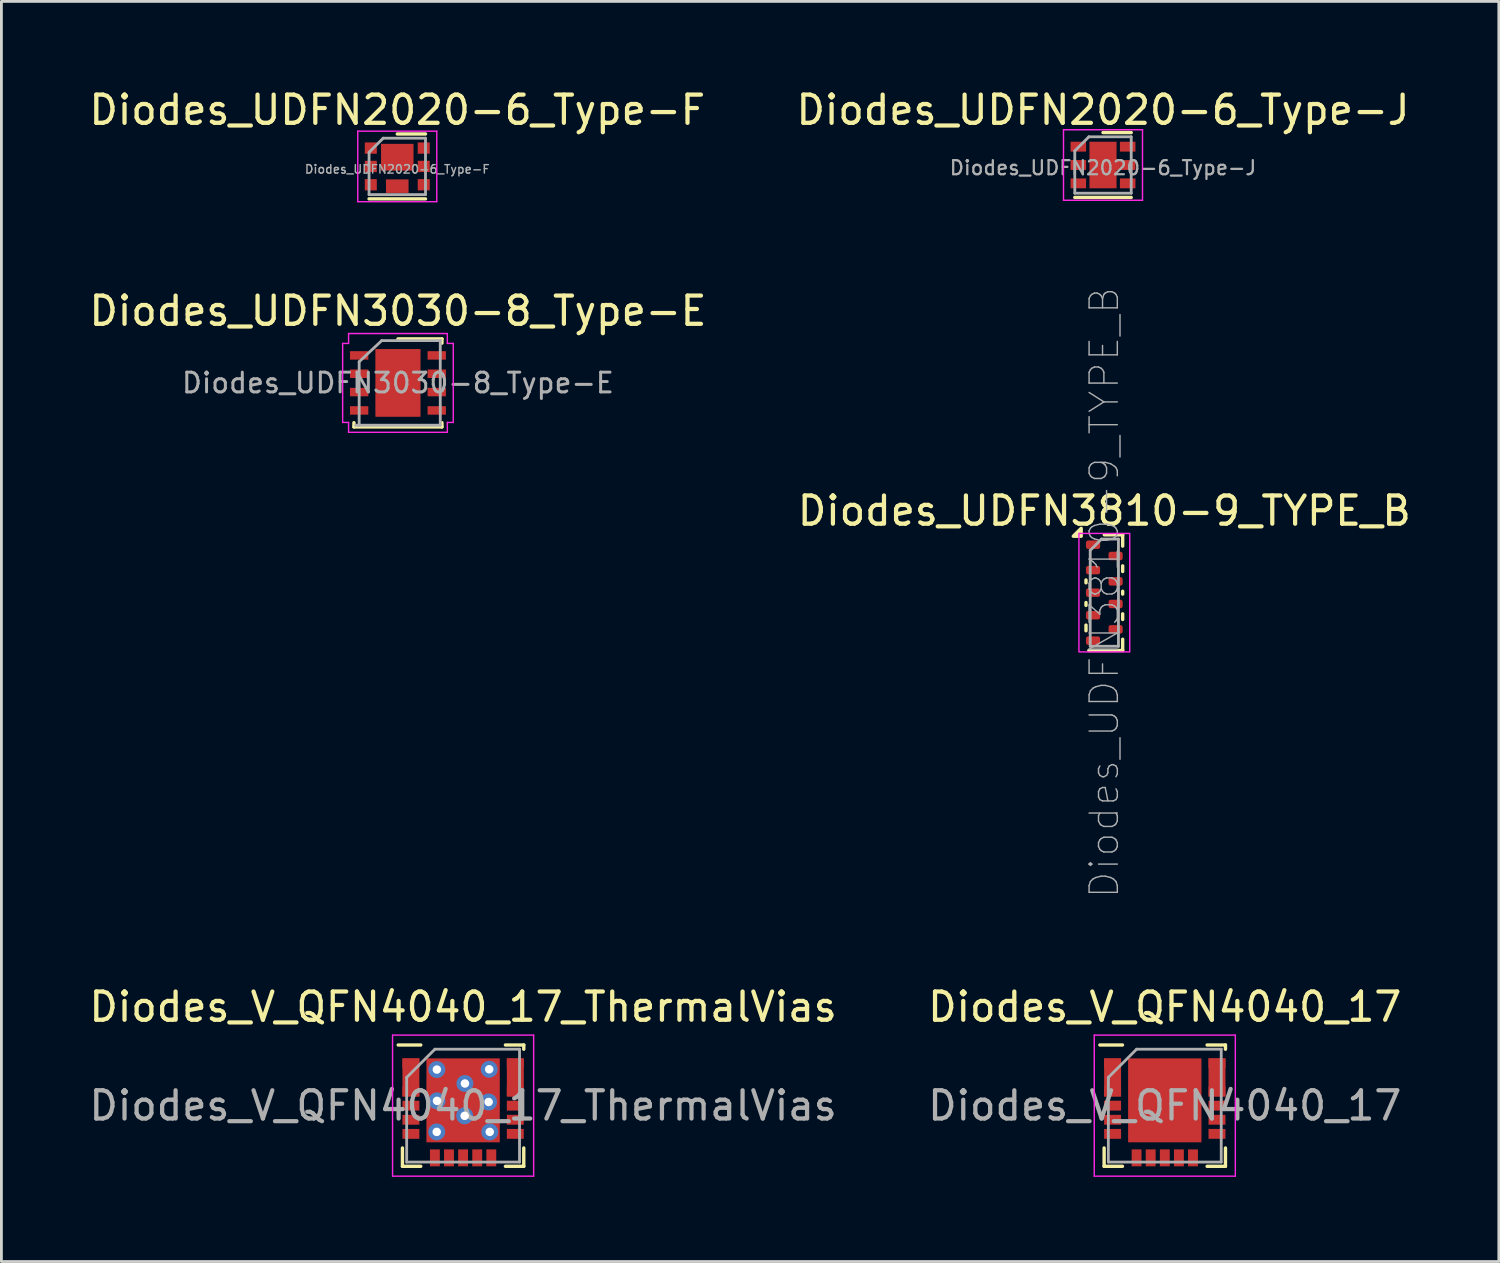
<source format=kicad_pcb>
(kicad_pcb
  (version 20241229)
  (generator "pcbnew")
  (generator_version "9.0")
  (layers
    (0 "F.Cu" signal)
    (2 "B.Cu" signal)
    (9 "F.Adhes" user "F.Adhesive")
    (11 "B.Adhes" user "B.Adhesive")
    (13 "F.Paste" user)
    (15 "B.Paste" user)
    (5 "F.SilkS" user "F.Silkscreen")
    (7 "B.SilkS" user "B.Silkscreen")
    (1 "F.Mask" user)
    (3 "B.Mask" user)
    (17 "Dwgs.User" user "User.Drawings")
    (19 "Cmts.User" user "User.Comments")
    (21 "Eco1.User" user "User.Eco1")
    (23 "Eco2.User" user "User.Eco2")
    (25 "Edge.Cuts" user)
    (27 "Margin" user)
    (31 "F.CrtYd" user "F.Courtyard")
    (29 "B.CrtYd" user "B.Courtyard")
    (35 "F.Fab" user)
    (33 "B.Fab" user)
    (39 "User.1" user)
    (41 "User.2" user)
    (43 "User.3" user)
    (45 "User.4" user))
  (footprint "Diodes_UDFN2020-6_Type-F"
    (layer "F.Cu")
    (at 11.03 2.848)
    (property "Reference" "Diodes_UDFN2020-6_Type-F" (at 0 -2 0) (layer "F.SilkS") (effects (font (size 1 1) (thickness 0.15))))
    (attr smd)
    (fp_line (start 1 -1.15) (end 0 -1.15) (stroke (width 0.12) (type solid)) (layer "F.SilkS"))
    (fp_line (start 1 1.15) (end -1 1.15) (stroke (width 0.12) (type solid)) (layer "F.SilkS"))
    (fp_line (start -1.4 -1.25) (end -1.4 1.25) (stroke (width 0.05) (type solid)) (layer "F.CrtYd"))
    (fp_line (start -1.4 1.25) (end 1.4 1.25) (stroke (width 0.05) (type solid)) (layer "F.CrtYd"))
    (fp_line (start 1.4 -1.25) (end -1.4 -1.25) (stroke (width 0.05) (type solid)) (layer "F.CrtYd"))
    (fp_line (start 1.4 1.25) (end 1.4 -1.25) (stroke (width 0.05) (type solid)) (layer "F.CrtYd"))
    (fp_line (start -1 1) (end -1 -0.5) (stroke (width 0.1) (type solid)) (layer "F.Fab"))
    (fp_line (start -0.5 -1) (end -1 -0.5) (stroke (width 0.1) (type solid)) (layer "F.Fab"))
    (fp_line (start -0.5 -1) (end 1 -1) (stroke (width 0.1) (type solid)) (layer "F.Fab"))
    (fp_line (start 1 -1) (end 1 1) (stroke (width 0.1) (type solid)) (layer "F.Fab"))
    (fp_line (start 1 1) (end -1 1) (stroke (width 0.1) (type solid)) (layer "F.Fab"))
    (fp_text user "${REFERENCE}" (at 0 0.1 0) (layer "F.Fab") (effects (font (size 0.3 0.3) (thickness 0.05))))
    (pad "1" smd rect (at -0.938 -0.65) (size 0.425 0.4) (layers "F.Cu" "F.Mask" "F.Paste"))
    (pad "2" smd rect (at -0.938 0) (size 0.425 0.4) (layers "F.Cu" "F.Mask" "F.Paste"))
    (pad "3" smd rect (at -0.938 0.65) (size 0.425 0.4) (layers "F.Cu" "F.Mask" "F.Paste"))
    (pad "4" smd rect (at 0.938 0.65) (size 0.425 0.4) (layers "F.Cu" "F.Mask" "F.Paste"))
    (pad "5" smd rect (at 0.938 0) (size 0.425 0.4) (layers "F.Cu" "F.Mask" "F.Paste"))
    (pad "6" smd rect (at 0.938 -0.65) (size 0.425 0.4) (layers "F.Cu" "F.Mask" "F.Paste"))
    (pad "7" smd rect (at 0 -0.325) (size 1.15 0.95) (layers "F.Cu" "F.Mask" "F.Paste"))
    (pad "8" smd rect (at 0 0.7) (size 0.8 0.48) (layers "F.Cu" "F.Mask" "F.Paste")))
  (footprint "Diodes_UDFN3810-9_TYPE_B"
    (layer "F.Cu")
    (at 36.089 17.955)
    (property "Reference" "Diodes_UDFN3810-9_TYPE_B" (at 0 -2.9 0) (layer "F.SilkS") (effects (font (size 1 1) (thickness 0.15))))
    (attr smd)
    (fp_line (start -0.65 -0.45) (end -0.65 -0.35) (stroke (width 0.12) (type solid)) (layer "F.SilkS"))
    (fp_line (start -0.65 0.35) (end -0.65 0.45) (stroke (width 0.12) (type solid)) (layer "F.SilkS"))
    (fp_line (start -0.65 1.15) (end -0.65 1.35) (stroke (width 0.12) (type solid)) (layer "F.SilkS"))
    (fp_line (start 0.65 -2.05) (end 0 -2.05) (stroke (width 0.12) (type solid)) (layer "F.SilkS"))
    (fp_line (start 0.65 -1.65) (end 0.65 -2.05) (stroke (width 0.12) (type solid)) (layer "F.SilkS"))
    (fp_line (start 0.65 -0.95) (end 0.65 -0.75) (stroke (width 0.12) (type solid)) (layer "F.SilkS"))
    (fp_line (start 0.65 -0.05) (end 0.65 0.05) (stroke (width 0.12) (type solid)) (layer "F.SilkS"))
    (fp_line (start 0.65 0.75) (end 0.65 0.95) (stroke (width 0.12) (type solid)) (layer "F.SilkS"))
    (fp_line (start 0.65 1.65) (end 0.65 2.05) (stroke (width 0.12) (type solid)) (layer "F.SilkS"))
    (fp_line (start 0.65 2.05) (end -0.55 2.05) (stroke (width 0.12) (type solid)) (layer "F.SilkS"))
    (fp_poly (pts (xy -0.82 -2) (xy -1.1 -2) (xy -0.82 -2.28) (xy -0.82 -2)) (stroke (width 0.12) (type solid)) (fill yes) (layer "F.SilkS"))
    (fp_rect (start -0.9 -2.1) (end 0.9 2.1) (stroke (width 0.05) (type default)) (fill no) (layer "F.CrtYd"))
    (fp_line (start -0.5 -1.5) (end -0.5 1.9) (stroke (width 0.1) (type solid)) (layer "F.Fab"))
    (fp_line (start -0.5 1.9) (end 0.5 1.9) (stroke (width 0.1) (type solid)) (layer "F.Fab"))
    (fp_line (start -0.1 -1.9) (end -0.5 -1.5) (stroke (width 0.1) (type solid)) (layer "F.Fab"))
    (fp_line (start 0.5 -1.9) (end -0.1 -1.9) (stroke (width 0.1) (type solid)) (layer "F.Fab"))
    (fp_line (start 0.5 1.9) (end 0.5 -1.9) (stroke (width 0.1) (type solid)) (layer "F.Fab"))
    (fp_text user "${REFERENCE}" (at 0 0 90) (layer "F.Fab") (effects (font (size 1 1) (thickness 0.05))))
    (pad "1" smd roundrect (at -0.4 -1.7) (size 0.5 0.3) (layers "F.Cu" "F.Mask" "F.Paste") (roundrect_rratio 0.25))
    (pad "2" smd roundrect (at -0.4 -0.8) (size 0.5 0.3) (layers "F.Cu" "F.Mask" "F.Paste") (roundrect_rratio 0.25))
    (pad "3" smd roundrect (at -0.4 0) (size 0.5 0.3) (layers "F.Cu" "F.Mask" "F.Paste") (roundrect_rratio 0.25))
    (pad "4" smd roundrect (at -0.4 0.8) (size 0.5 0.3) (layers "F.Cu" "F.Mask" "F.Paste") (roundrect_rratio 0.25))
    (pad "5" smd roundrect (at -0.4 1.7) (size 0.5 0.3) (layers "F.Cu" "F.Mask" "F.Paste") (roundrect_rratio 0.25))
    (pad "6" smd roundrect (at 0.4 1.3) (size 0.5 0.3) (layers "F.Cu" "F.Mask" "F.Paste") (roundrect_rratio 0.25))
    (pad "7" smd roundrect (at 0.4 0.4) (size 0.5 0.3) (layers "F.Cu" "F.Mask" "F.Paste") (roundrect_rratio 0.25))
    (pad "8" smd roundrect (at 0.4 -0.4) (size 0.5 0.3) (layers "F.Cu" "F.Mask" "F.Paste") (roundrect_rratio 0.25))
    (pad "9" smd roundrect (at 0.4 -1.3) (size 0.5 0.3) (layers "F.Cu" "F.Mask" "F.Paste") (roundrect_rratio 0.25)))
  (footprint "Diodes_V_QFN4040_17_ThermalVias"
    (layer "F.Cu")
    (at 13.363 36.136)
    (property "Reference" "Diodes_V_QFN4040_17_ThermalVias" (at 0 -3.5 0) (layer "F.SilkS") (effects (font (size 1 1) (thickness 0.15))))
    (attr smd)
    (fp_line (start -2.15 2.15) (end -2.15 1.5) (stroke (width 0.12) (type solid)) (layer "F.SilkS"))
    (fp_line (start -1.5 -2.15) (end -2.3 -2.15) (stroke (width 0.12) (type solid)) (layer "F.SilkS"))
    (fp_line (start -1.5 2.15) (end -2.15 2.15) (stroke (width 0.12) (type solid)) (layer "F.SilkS"))
    (fp_line (start 1.5 -2.15) (end 2.15 -2.15) (stroke (width 0.12) (type solid)) (layer "F.SilkS"))
    (fp_line (start 1.5 2.15) (end 2.15 2.15) (stroke (width 0.12) (type solid)) (layer "F.SilkS"))
    (fp_line (start 2.15 -2.15) (end 2.15 -2) (stroke (width 0.12) (type solid)) (layer "F.SilkS"))
    (fp_line (start 2.15 2.15) (end 2.15 1.5) (stroke (width 0.12) (type solid)) (layer "F.SilkS"))
    (fp_line (start -2.5 -2.5) (end 2.5 -2.5) (stroke (width 0.05) (type solid)) (layer "F.CrtYd"))
    (fp_line (start -2.5 2.5) (end -2.5 -2.5) (stroke (width 0.05) (type solid)) (layer "F.CrtYd"))
    (fp_line (start 2.5 -2.5) (end 2.5 2.5) (stroke (width 0.05) (type solid)) (layer "F.CrtYd"))
    (fp_line (start 2.5 2.5) (end -2.5 2.5) (stroke (width 0.05) (type solid)) (layer "F.CrtYd"))
    (fp_line (start -2 -1) (end -2 2) (stroke (width 0.1) (type solid)) (layer "F.Fab"))
    (fp_line (start -2 2) (end 2 2) (stroke (width 0.1) (type solid)) (layer "F.Fab"))
    (fp_line (start -1 -2) (end -2 -1) (stroke (width 0.1) (type solid)) (layer "F.Fab"))
    (fp_line (start 2 -2) (end -1 -2) (stroke (width 0.1) (type solid)) (layer "F.Fab"))
    (fp_line (start 2 2) (end 2 -2) (stroke (width 0.1) (type solid)) (layer "F.Fab"))
    (fp_text user "${REFERENCE}" (at 0 0 0) (layer "F.Fab") (effects (font (size 1 1) (thickness 0.15))))
    (pad "1" smd rect (at -1.85 -1.5 90) (size 0.35 0.6) (layers "F.Cu" "F.Mask" "F.Paste"))
    (pad "2" smd rect (at -1.85 -1 90) (size 1.35 0.6) (layers "F.Cu" "F.Mask" "F.Paste"))
    (pad "3" smd rect (at -1.85 -0.5 90) (size 0.35 0.6) (layers "F.Cu" "F.Mask" "F.Paste"))
    (pad "4" smd rect (at -1.85 0 90) (size 0.35 0.6) (layers "F.Cu" "F.Mask" "F.Paste"))
    (pad "5" smd rect (at -1.85 0.5 90) (size 0.35 0.6) (layers "F.Cu" "F.Mask" "F.Paste"))
    (pad "6" smd rect (at -1.85 1 90) (size 0.35 0.6) (layers "F.Cu" "F.Mask" "F.Paste"))
    (pad "7" smd rect (at -1 1.85) (size 0.35 0.6) (layers "F.Cu" "F.Mask" "F.Paste"))
    (pad "8" smd rect (at -0.5 1.85) (size 0.35 0.6) (layers "F.Cu" "F.Mask" "F.Paste"))
    (pad "9" smd rect (at 0 1.85) (size 0.35 0.6) (layers "F.Cu" "F.Mask" "F.Paste"))
    (pad "10" smd rect (at 0.5 1.85) (size 0.35 0.6) (layers "F.Cu" "F.Mask" "F.Paste"))
    (pad "11" smd rect (at 1 1.85) (size 0.35 0.6) (layers "F.Cu" "F.Mask" "F.Paste"))
    (pad "12" smd rect (at 1.85 1 90) (size 0.35 0.6) (layers "F.Cu" "F.Mask" "F.Paste"))
    (pad "13" smd rect (at 1.85 0.5 90) (size 0.35 0.6) (layers "F.Cu" "F.Mask" "F.Paste"))
    (pad "14" smd rect (at 1.85 0 90) (size 0.35 0.6) (layers "F.Cu" "F.Mask" "F.Paste"))
    (pad "15" smd rect (at 1.85 -0.5 90) (size 0.35 0.6) (layers "F.Cu" "F.Mask" "F.Paste"))
    (pad "16" smd rect (at 1.85 -1 90) (size 1.35 0.6) (layers "F.Cu" "F.Mask" "F.Paste"))
    (pad "17" smd rect (at 1.85 -1.5 90) (size 0.35 0.6) (layers "F.Cu" "F.Mask" "F.Paste"))
    (pad "18" thru_hole circle (at -0.935 0.93 90) (size 0.6 0.6) (drill 0.3) (layers "*.Cu" "*.Mask"))
    (pad "18" thru_hole circle (at -0.93 -1.28 90) (size 0.6 0.6) (drill 0.3) (layers "*.Cu" "*.Mask"))
    (pad "18" thru_hole circle (at -0.925 -0.17 90) (size 0.6 0.6) (drill 0.3) (layers "*.Cu" "*.Mask"))
    (pad "18" smd rect (at 0 -0.188) (size 2.6 2.975) (layers "F.Cu" "F.Mask" "F.Paste"))
    (pad "18" thru_hole circle (at 0.055 0.36 90) (size 0.6 0.6) (drill 0.3) (layers "*.Cu" "*.Mask"))
    (pad "18" thru_hole circle (at 0.065 -0.785 90) (size 0.6 0.6) (drill 0.3) (layers "*.Cu" "*.Mask"))
    (pad "18" thru_hole circle (at 0.905 -0.13 90) (size 0.6 0.6) (drill 0.3) (layers "*.Cu" "*.Mask"))
    (pad "18" thru_hole circle (at 0.925 -1.29 90) (size 0.6 0.6) (drill 0.3) (layers "*.Cu" "*.Mask"))
    (pad "18" thru_hole circle (at 0.945 0.93 90) (size 0.6 0.6) (drill 0.3) (layers "*.Cu" "*.Mask")))
  (footprint "Diodes_V_QFN4040_17"
    (layer "F.Cu")
    (at 38.232 36.136)
    (property "Reference" "Diodes_V_QFN4040_17" (at 0 -3.5 0) (layer "F.SilkS") (effects (font (size 1 1) (thickness 0.15))))
    (attr smd)
    (fp_line (start -2.15 2.15) (end -2.15 1.5) (stroke (width 0.12) (type solid)) (layer "F.SilkS"))
    (fp_line (start -1.5 -2.15) (end -2.3 -2.15) (stroke (width 0.12) (type solid)) (layer "F.SilkS"))
    (fp_line (start -1.5 2.15) (end -2.15 2.15) (stroke (width 0.12) (type solid)) (layer "F.SilkS"))
    (fp_line (start 1.5 -2.15) (end 2.15 -2.15) (stroke (width 0.12) (type solid)) (layer "F.SilkS"))
    (fp_line (start 1.5 2.15) (end 2.15 2.15) (stroke (width 0.12) (type solid)) (layer "F.SilkS"))
    (fp_line (start 2.15 -2.15) (end 2.15 -2) (stroke (width 0.12) (type solid)) (layer "F.SilkS"))
    (fp_line (start 2.15 2.15) (end 2.15 1.5) (stroke (width 0.12) (type solid)) (layer "F.SilkS"))
    (fp_line (start -2.5 -2.5) (end 2.5 -2.5) (stroke (width 0.05) (type solid)) (layer "F.CrtYd"))
    (fp_line (start -2.5 2.5) (end -2.5 -2.5) (stroke (width 0.05) (type solid)) (layer "F.CrtYd"))
    (fp_line (start 2.5 -2.5) (end 2.5 2.5) (stroke (width 0.05) (type solid)) (layer "F.CrtYd"))
    (fp_line (start 2.5 2.5) (end -2.5 2.5) (stroke (width 0.05) (type solid)) (layer "F.CrtYd"))
    (fp_line (start -2 -1) (end -2 2) (stroke (width 0.1) (type solid)) (layer "F.Fab"))
    (fp_line (start -2 2) (end 2 2) (stroke (width 0.1) (type solid)) (layer "F.Fab"))
    (fp_line (start -1 -2) (end -2 -1) (stroke (width 0.1) (type solid)) (layer "F.Fab"))
    (fp_line (start 2 -2) (end -1 -2) (stroke (width 0.1) (type solid)) (layer "F.Fab"))
    (fp_line (start 2 2) (end 2 -2) (stroke (width 0.1) (type solid)) (layer "F.Fab"))
    (fp_text user "${REFERENCE}" (at 0 0 0) (layer "F.Fab") (effects (font (size 1 1) (thickness 0.15))))
    (pad "1" smd rect (at -1.85 -1.5 90) (size 0.35 0.6) (layers "F.Cu" "F.Mask" "F.Paste"))
    (pad "2" smd rect (at -1.85 -1 90) (size 1.35 0.6) (layers "F.Cu" "F.Mask" "F.Paste"))
    (pad "3" smd rect (at -1.85 -0.5 90) (size 0.35 0.6) (layers "F.Cu" "F.Mask" "F.Paste"))
    (pad "4" smd rect (at -1.85 0 90) (size 0.35 0.6) (layers "F.Cu" "F.Mask" "F.Paste"))
    (pad "5" smd rect (at -1.85 0.5 90) (size 0.35 0.6) (layers "F.Cu" "F.Mask" "F.Paste"))
    (pad "6" smd rect (at -1.85 1 90) (size 0.35 0.6) (layers "F.Cu" "F.Mask" "F.Paste"))
    (pad "7" smd rect (at -1 1.85) (size 0.35 0.6) (layers "F.Cu" "F.Mask" "F.Paste"))
    (pad "8" smd rect (at -0.5 1.85) (size 0.35 0.6) (layers "F.Cu" "F.Mask" "F.Paste"))
    (pad "9" smd rect (at 0 1.85) (size 0.35 0.6) (layers "F.Cu" "F.Mask" "F.Paste"))
    (pad "10" smd rect (at 0.5 1.85) (size 0.35 0.6) (layers "F.Cu" "F.Mask" "F.Paste"))
    (pad "11" smd rect (at 1 1.85) (size 0.35 0.6) (layers "F.Cu" "F.Mask" "F.Paste"))
    (pad "12" smd rect (at 1.85 1 90) (size 0.35 0.6) (layers "F.Cu" "F.Mask" "F.Paste"))
    (pad "13" smd rect (at 1.85 0.5 90) (size 0.35 0.6) (layers "F.Cu" "F.Mask" "F.Paste"))
    (pad "14" smd rect (at 1.85 0 90) (size 0.35 0.6) (layers "F.Cu" "F.Mask" "F.Paste"))
    (pad "15" smd rect (at 1.85 -0.5 90) (size 0.35 0.6) (layers "F.Cu" "F.Mask" "F.Paste"))
    (pad "16" smd rect (at 1.85 -1 90) (size 1.35 0.6) (layers "F.Cu" "F.Mask" "F.Paste"))
    (pad "17" smd rect (at 1.85 -1.5 90) (size 0.35 0.6) (layers "F.Cu" "F.Mask" "F.Paste"))
    (pad "18" smd rect (at 0 -0.188) (size 2.6 2.975) (layers "F.Cu" "F.Mask" "F.Paste")))
  (footprint "Diodes_UDFN3030-8_Type-E"
    (layer "F.Cu")
    (at 11.054 10.521)
    (property "Reference" "Diodes_UDFN3030-8_Type-E" (at 0 -2.55 0) (layer "F.SilkS") (effects (font (size 1 1) (thickness 0.15))))
    (attr smd)
    (fp_line (start -1.56 1.56) (end -1.56 1.41) (stroke (width 0.12) (type solid)) (layer "F.SilkS"))
    (fp_line (start -1.56 1.56) (end 1.56 1.56) (stroke (width 0.12) (type solid)) (layer "F.SilkS"))
    (fp_line (start 0 -1.56) (end 1.56 -1.56) (stroke (width 0.12) (type solid)) (layer "F.SilkS"))
    (fp_line (start 1.56 -1.56) (end 1.56 -1.41) (stroke (width 0.12) (type solid)) (layer "F.SilkS"))
    (fp_line (start 1.56 1.56) (end 1.56 1.41) (stroke (width 0.12) (type solid)) (layer "F.SilkS"))
    (fp_line (start -1.96 -1.4) (end -1.96 1.4) (stroke (width 0.05) (type solid)) (layer "F.CrtYd"))
    (fp_line (start -1.75 -1.75) (end -1.75 -1.4) (stroke (width 0.05) (type solid)) (layer "F.CrtYd"))
    (fp_line (start -1.75 -1.75) (end 1.75 -1.75) (stroke (width 0.05) (type solid)) (layer "F.CrtYd"))
    (fp_line (start -1.75 -1.4) (end -1.96 -1.4) (stroke (width 0.05) (type solid)) (layer "F.CrtYd"))
    (fp_line (start -1.75 1.4) (end -1.96 1.4) (stroke (width 0.05) (type solid)) (layer "F.CrtYd"))
    (fp_line (start -1.75 1.75) (end -1.75 1.4) (stroke (width 0.05) (type solid)) (layer "F.CrtYd"))
    (fp_line (start -1.75 1.75) (end 1.75 1.75) (stroke (width 0.05) (type solid)) (layer "F.CrtYd"))
    (fp_line (start 1.75 -1.75) (end 1.75 -1.4) (stroke (width 0.05) (type solid)) (layer "F.CrtYd"))
    (fp_line (start 1.75 -1.4) (end 1.96 -1.4) (stroke (width 0.05) (type solid)) (layer "F.CrtYd"))
    (fp_line (start 1.75 1.4) (end 1.96 1.4) (stroke (width 0.05) (type solid)) (layer "F.CrtYd"))
    (fp_line (start 1.75 1.75) (end 1.75 1.4) (stroke (width 0.05) (type solid)) (layer "F.CrtYd"))
    (fp_line (start 1.96 -1.4) (end 1.96 1.4) (stroke (width 0.05) (type solid)) (layer "F.CrtYd"))
    (fp_line (start -1.375 -0.75) (end -0.575 -1.5) (stroke (width 0.1) (type solid)) (layer "F.Fab"))
    (fp_line (start -1.375 1.5) (end -1.375 -0.75) (stroke (width 0.1) (type solid)) (layer "F.Fab"))
    (fp_line (start -0.575 -1.5) (end 1.5 -1.5) (stroke (width 0.1) (type solid)) (layer "F.Fab"))
    (fp_line (start 1.5 -1.5) (end 1.5 1.5) (stroke (width 0.1) (type solid)) (layer "F.Fab"))
    (fp_line (start 1.5 1.5) (end -1.5 1.5) (stroke (width 0.1) (type solid)) (layer "F.Fab"))
    (fp_text user "${REFERENCE}" (at 0 0 0) (layer "F.Fab") (effects (font (size 0.7 0.7) (thickness 0.105))))
    (pad "" smd rect (at -0.388 -0.6) (size 0.6 1) (layers "F.Paste"))
    (pad "" smd rect (at -0.388 0.6) (size 0.6 1) (layers "F.Paste"))
    (pad "" smd rect (at 0 0) (size 1.6 2.4) (layers "F.Cu" "F.Mask"))
    (pad "" smd rect (at 0.388 -0.6) (size 0.6 1) (layers "F.Paste"))
    (pad "" smd rect (at 0.388 0.6) (size 0.6 1) (layers "F.Paste"))
    (pad "1" smd rect (at -1.375 -0.975) (size 0.65 0.3) (layers "F.Cu" "F.Mask" "F.Paste"))
    (pad "2" smd rect (at -1.375 -0.325) (size 0.65 0.3) (layers "F.Cu" "F.Mask" "F.Paste"))
    (pad "3" smd rect (at -1.375 0.325) (size 0.65 0.3) (layers "F.Cu" "F.Mask" "F.Paste"))
    (pad "4" smd rect (at -1.375 0.975) (size 0.65 0.3) (layers "F.Cu" "F.Mask" "F.Paste"))
    (pad "5" smd rect (at 1.375 0.975) (size 0.65 0.3) (layers "F.Cu" "F.Mask" "F.Paste"))
    (pad "6" smd rect (at 1.375 0.325) (size 0.65 0.3) (layers "F.Cu" "F.Mask" "F.Paste"))
    (pad "7" smd rect (at 1.375 -0.325) (size 0.65 0.3) (layers "F.Cu" "F.Mask" "F.Paste"))
    (pad "8" smd rect (at 1.375 -0.975) (size 0.65 0.3) (layers "F.Cu" "F.Mask" "F.Paste")))
  (footprint "Diodes_UDFN2020-6_Type-J"
    (layer "F.Cu")
    (at 36.042 2.798)
    (property "Reference" "Diodes_UDFN2020-6_Type-J" (at 0 -1.95 0) (unlocked yes) (layer "F.SilkS") (effects (font (size 1 1) (thickness 0.15))))
    (attr smd)
    (fp_line (start 1 -1.15) (end 0 -1.15) (stroke (width 0.12) (type solid)) (layer "F.SilkS"))
    (fp_line (start 1 1.15) (end -1 1.15) (stroke (width 0.12) (type solid)) (layer "F.SilkS"))
    (fp_line (start -1.4 -1.25) (end -1.4 1.25) (stroke (width 0.05) (type solid)) (layer "F.CrtYd"))
    (fp_line (start -1.4 1.25) (end 1.4 1.25) (stroke (width 0.05) (type solid)) (layer "F.CrtYd"))
    (fp_line (start 1.4 -1.25) (end -1.4 -1.25) (stroke (width 0.05) (type solid)) (layer "F.CrtYd"))
    (fp_line (start 1.4 1.25) (end 1.4 -1.25) (stroke (width 0.05) (type solid)) (layer "F.CrtYd"))
    (fp_line (start -1 1) (end -1 -0.5) (stroke (width 0.1) (type solid)) (layer "F.Fab"))
    (fp_line (start -0.5 -1) (end -1 -0.5) (stroke (width 0.1) (type solid)) (layer "F.Fab"))
    (fp_line (start -0.5 -1) (end 1 -1) (stroke (width 0.1) (type solid)) (layer "F.Fab"))
    (fp_line (start 1 -1) (end 1 1) (stroke (width 0.1) (type solid)) (layer "F.Fab"))
    (fp_line (start 1 1) (end -1 1) (stroke (width 0.1) (type solid)) (layer "F.Fab"))
    (fp_text user "${REFERENCE}" (at 0 0.1 0) (layer "F.Fab") (effects (font (size 0.5 0.5) (thickness 0.08))))
    (pad "1" smd rect (at -0.875 -0.65) (size 0.55 0.35) (layers "F.Cu" "F.Mask" "F.Paste"))
    (pad "2" smd rect (at -0.875 0) (size 0.55 0.35) (layers "F.Cu" "F.Mask" "F.Paste"))
    (pad "3" smd rect (at -0.875 0.65) (size 0.55 0.35) (layers "F.Cu" "F.Mask" "F.Paste"))
    (pad "4" smd rect (at 0.875 0.65) (size 0.55 0.35) (layers "F.Cu" "F.Mask" "F.Paste"))
    (pad "5" smd custom (at 0 0) (size 0.001 0.001) (layers "F.Cu" "F.Mask" "F.Paste") (options (anchor rect)) (primitives (gr_poly (pts (xy 0.48 -0.175) (xy 0.6 -0.175) (xy 0.6 0.175) (xy 0.48 0.175) (xy 0.48 0.825) (xy -0.48 0.825) (xy -0.48 -0.825) (xy 0.48 -0.825)) (width 0) (fill yes))))
    (pad "5" smd rect (at 0.875 0) (size 0.55 0.35) (layers "F.Cu" "F.Mask" "F.Paste"))
    (pad "6" smd rect (at 0.875 -0.65) (size 0.55 0.35) (layers "F.Cu" "F.Mask" "F.Paste")))
  (gr_rect
    (start -3 -3)
    (end 50.071 41.661)
    (stroke (width 0.1) (type default))
    (fill no)
    (layer "Edge.Cuts")))
</source>
